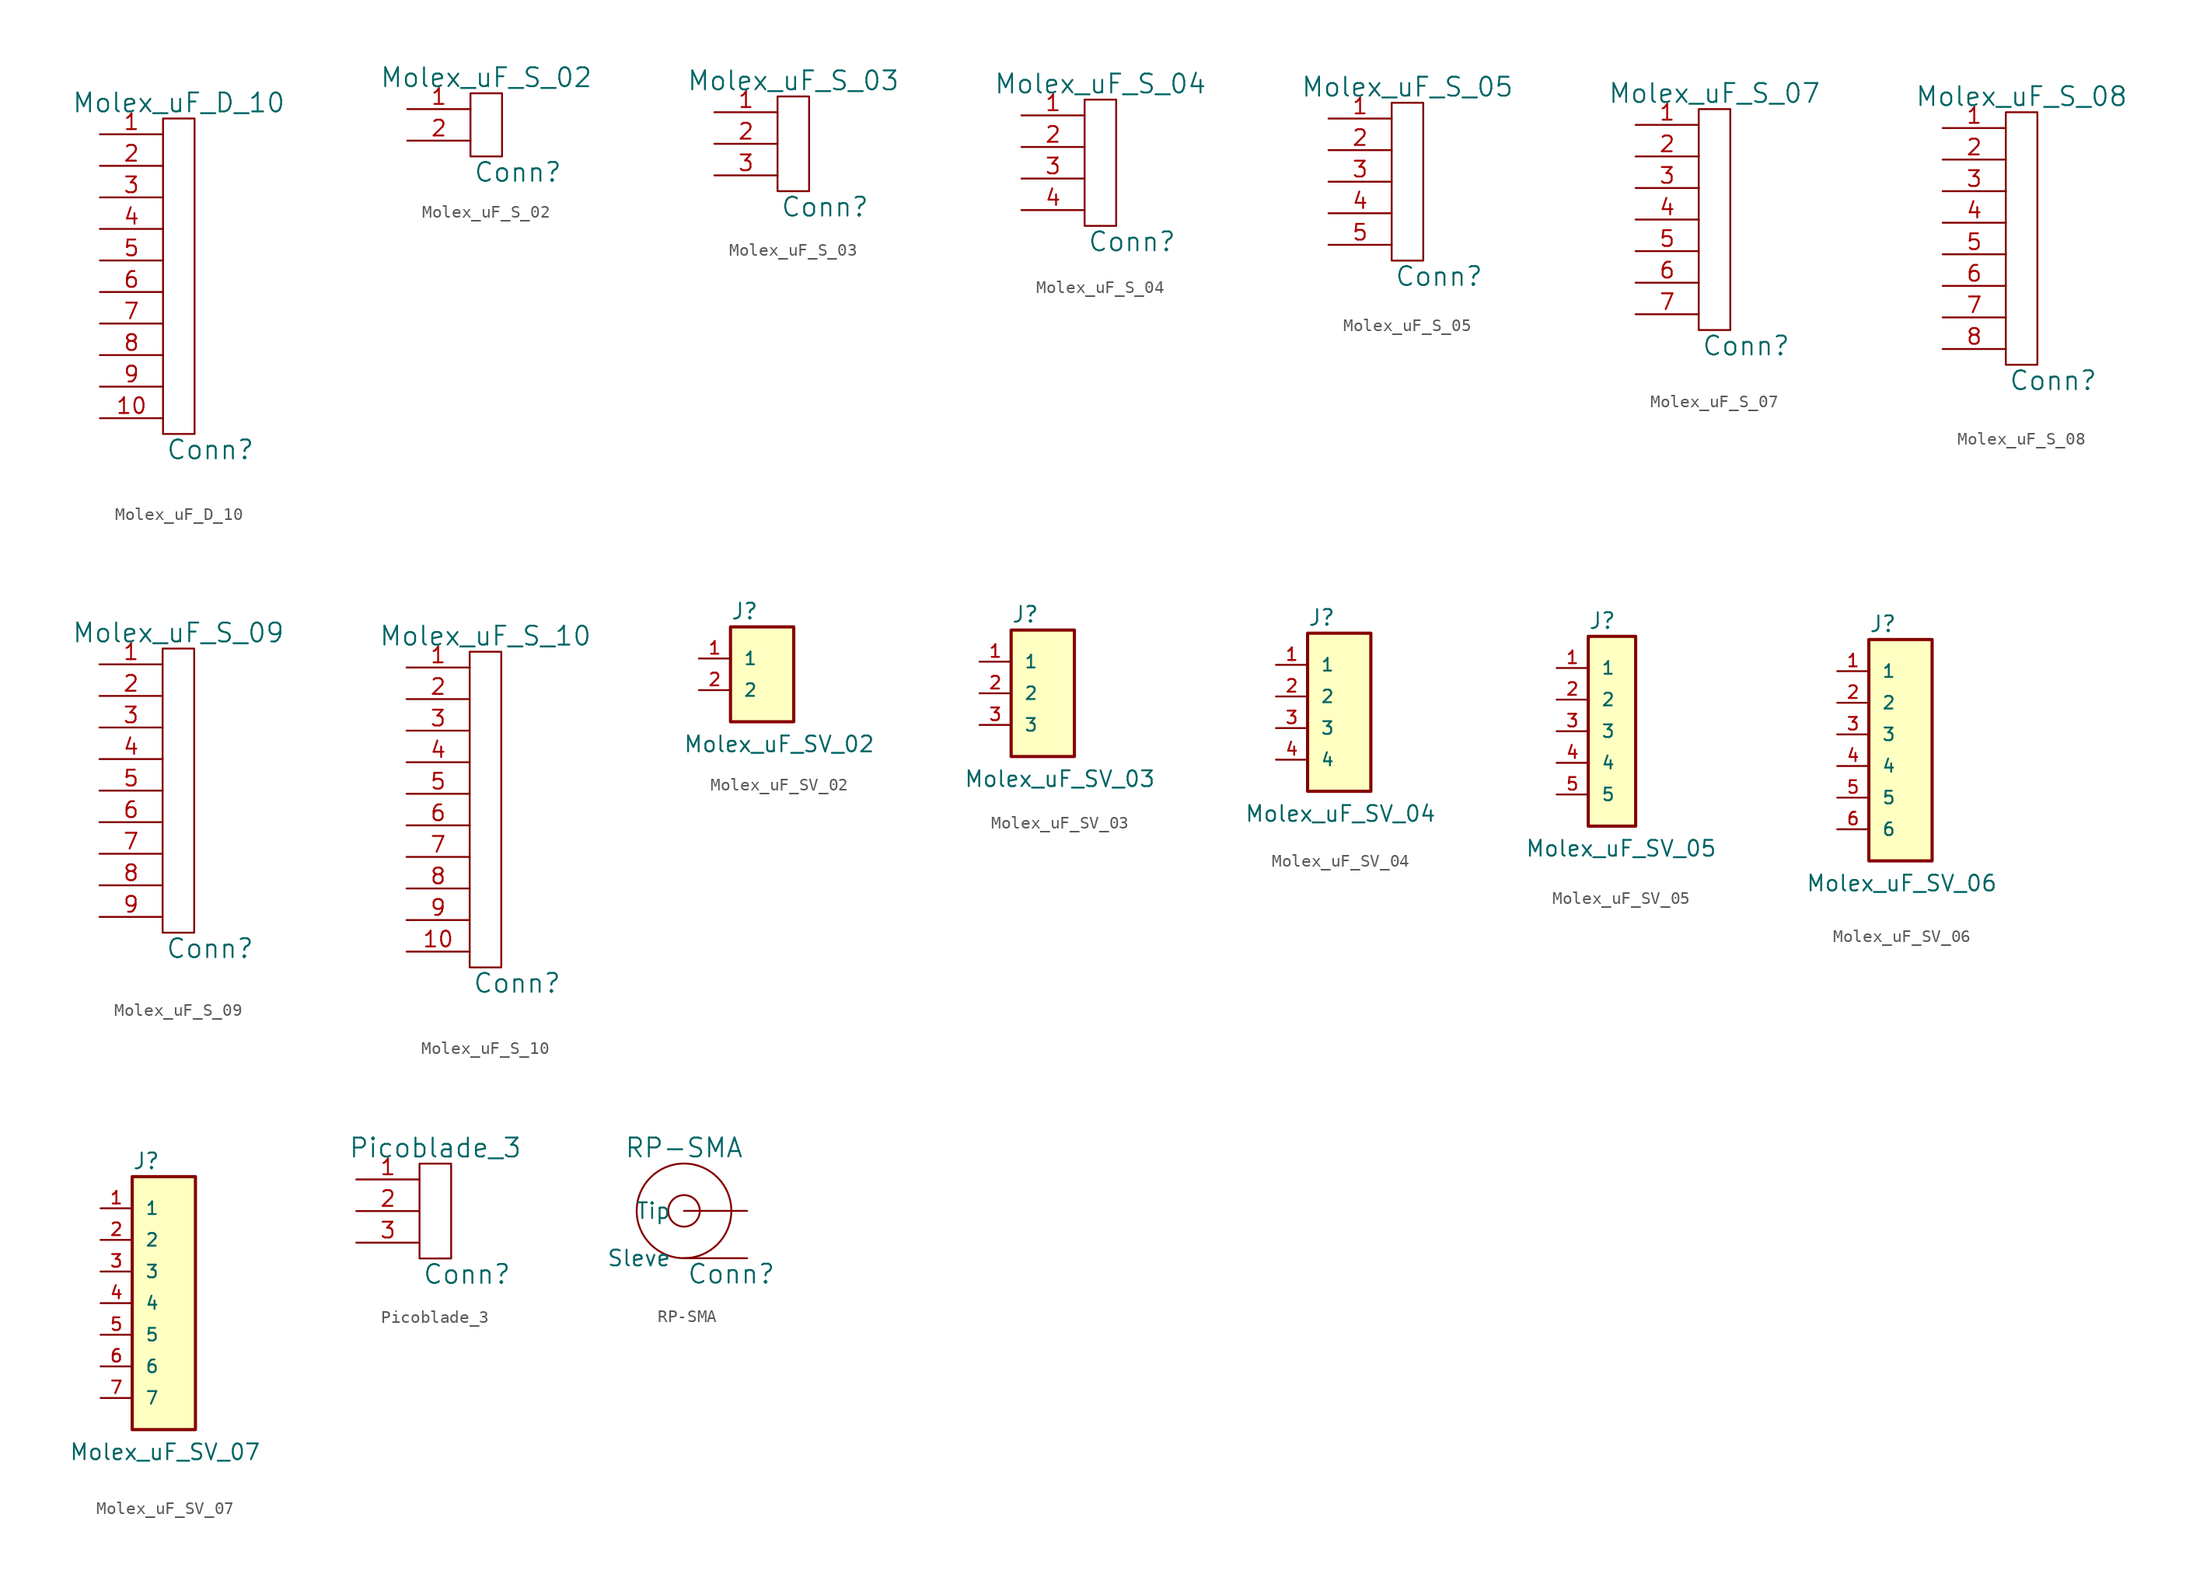
<source format=kicad_sym>
(kicad_symbol_lib
  (version 20231120)
  (generator "kicad_symbol_editor")
  (generator_version "8.0")
  (symbol "Molex_uF_D_10"
    (pin_names
      (offset 1.016))
    (property "Reference" "Conn"
      (at 3.81 -1.27 0)
      (effects (font (size 1.524 1.524))))
    (property "Value" "Molex_uF_D_10"
      (at 1.27 26.67 0)
      (effects (font (size 1.524 1.524))))
    (symbol "Molex_uF_D_10_0_1"
      (rectangle (start 0 25.4) (end 2.54 0) (stroke (width 0) (type default)) (fill (type none))))
    (symbol "Molex_uF_D_10_1_1"
      (pin input line (at -5.08 24.13 0) (length 5.08) (name "~" (effects (font (size 1.27 1.27)))) (number "1" (effects (font (size 1.27 1.27)))))
      (pin input line (at -5.08 1.27 0) (length 5.08) (name "~" (effects (font (size 1.27 1.27)))) (number "10" (effects (font (size 1.27 1.27)))))
      (pin input line (at -5.08 21.59 0) (length 5.08) (name "~" (effects (font (size 1.27 1.27)))) (number "2" (effects (font (size 1.27 1.27)))))
      (pin input line (at -5.08 19.05 0) (length 5.08) (name "~" (effects (font (size 1.27 1.27)))) (number "3" (effects (font (size 1.27 1.27)))))
      (pin input line (at -5.08 16.51 0) (length 5.08) (name "~" (effects (font (size 1.27 1.27)))) (number "4" (effects (font (size 1.27 1.27)))))
      (pin input line (at -5.08 13.97 0) (length 5.08) (name "~" (effects (font (size 1.27 1.27)))) (number "5" (effects (font (size 1.27 1.27)))))
      (pin input line (at -5.08 11.43 0) (length 5.08) (name "~" (effects (font (size 1.27 1.27)))) (number "6" (effects (font (size 1.27 1.27)))))
      (pin input line (at -5.08 8.89 0) (length 5.08) (name "~" (effects (font (size 1.27 1.27)))) (number "7" (effects (font (size 1.27 1.27)))))
      (pin input line (at -5.08 6.35 0) (length 5.08) (name "~" (effects (font (size 1.27 1.27)))) (number "8" (effects (font (size 1.27 1.27)))))
      (pin input line (at -5.08 3.81 0) (length 5.08) (name "~" (effects (font (size 1.27 1.27)))) (number "9" (effects (font (size 1.27 1.27)))))))
  (symbol "Molex_uF_S_02"
    (pin_names
      (offset 1.016))
    (property "Reference" "Conn"
      (at 3.81 -1.27 0)
      (effects (font (size 1.524 1.524))))
    (property "Value" "Molex_uF_S_02"
      (at 1.27 6.35 0)
      (effects (font (size 1.524 1.524))))
    (symbol "Molex_uF_S_02_0_1"
      (rectangle (start 0 5.08) (end 2.54 0) (stroke (width 0) (type default)) (fill (type none))))
    (symbol "Molex_uF_S_02_1_1"
      (pin bidirectional line (at -5.08 3.81 0) (length 5.08) (name "~" (effects (font (size 1.27 1.27)))) (number "1" (effects (font (size 1.27 1.27)))))
      (pin bidirectional line (at -5.08 1.27 0) (length 5.08) (name "~" (effects (font (size 1.27 1.27)))) (number "2" (effects (font (size 1.27 1.27)))))))
  (symbol "Molex_uF_S_03"
    (pin_names
      (offset 1.016))
    (property "Reference" "Conn"
      (at 3.81 -1.27 0)
      (effects (font (size 1.524 1.524))))
    (property "Value" "Molex_uF_S_03"
      (at 1.27 8.89 0)
      (effects (font (size 1.524 1.524))))
    (symbol "Molex_uF_S_03_0_1"
      (rectangle (start 0 7.62) (end 2.54 0) (stroke (width 0) (type default)) (fill (type none))))
    (symbol "Molex_uF_S_03_1_1"
      (pin input line (at -5.08 6.35 0) (length 5.08) (name "~" (effects (font (size 1.27 1.27)))) (number "1" (effects (font (size 1.27 1.27)))))
      (pin input line (at -5.08 3.81 0) (length 5.08) (name "~" (effects (font (size 1.27 1.27)))) (number "2" (effects (font (size 1.27 1.27)))))
      (pin input line (at -5.08 1.27 0) (length 5.08) (name "~" (effects (font (size 1.27 1.27)))) (number "3" (effects (font (size 1.27 1.27)))))))
  (symbol "Molex_uF_S_04"
    (pin_names
      (offset 1.016))
    (property "Reference" "Conn"
      (at 3.81 -1.27 0)
      (effects (font (size 1.524 1.524))))
    (property "Value" "Molex_uF_S_04"
      (at 1.27 11.43 0)
      (effects (font (size 1.524 1.524))))
    (symbol "Molex_uF_S_04_0_1"
      (rectangle (start 0 10.16) (end 2.54 0) (stroke (width 0) (type default)) (fill (type none))))
    (symbol "Molex_uF_S_04_1_1"
      (pin input line (at -5.08 8.89 0) (length 5.08) (name "~" (effects (font (size 1.27 1.27)))) (number "1" (effects (font (size 1.27 1.27)))))
      (pin input line (at -5.08 6.35 0) (length 5.08) (name "~" (effects (font (size 1.27 1.27)))) (number "2" (effects (font (size 1.27 1.27)))))
      (pin input line (at -5.08 3.81 0) (length 5.08) (name "~" (effects (font (size 1.27 1.27)))) (number "3" (effects (font (size 1.27 1.27)))))
      (pin input line (at -5.08 1.27 0) (length 5.08) (name "~" (effects (font (size 1.27 1.27)))) (number "4" (effects (font (size 1.27 1.27)))))))
  (symbol "Molex_uF_S_05"
    (pin_names
      (offset 1.016))
    (property "Reference" "Conn"
      (at 3.81 -1.27 0)
      (effects (font (size 1.524 1.524))))
    (property "Value" "Molex_uF_S_05"
      (at 1.27 13.97 0)
      (effects (font (size 1.524 1.524))))
    (symbol "Molex_uF_S_05_0_1"
      (rectangle (start 0 12.7) (end 2.54 0) (stroke (width 0) (type default)) (fill (type none))))
    (symbol "Molex_uF_S_05_1_1"
      (pin input line (at -5.08 11.43 0) (length 5.08) (name "~" (effects (font (size 1.27 1.27)))) (number "1" (effects (font (size 1.27 1.27)))))
      (pin input line (at -5.08 8.89 0) (length 5.08) (name "~" (effects (font (size 1.27 1.27)))) (number "2" (effects (font (size 1.27 1.27)))))
      (pin input line (at -5.08 6.35 0) (length 5.08) (name "~" (effects (font (size 1.27 1.27)))) (number "3" (effects (font (size 1.27 1.27)))))
      (pin input line (at -5.08 3.81 0) (length 5.08) (name "~" (effects (font (size 1.27 1.27)))) (number "4" (effects (font (size 1.27 1.27)))))
      (pin input line (at -5.08 1.27 0) (length 5.08) (name "~" (effects (font (size 1.27 1.27)))) (number "5" (effects (font (size 1.27 1.27)))))))
  (symbol "Molex_uF_S_07"
    (pin_names
      (offset 1.016))
    (property "Reference" "Conn"
      (at 3.81 -1.27 0)
      (effects (font (size 1.524 1.524))))
    (property "Value" "Molex_uF_S_07"
      (at 1.27 19.05 0)
      (effects (font (size 1.524 1.524))))
    (symbol "Molex_uF_S_07_0_1"
      (rectangle (start 0 17.78) (end 2.54 0) (stroke (width 0) (type default)) (fill (type none))))
    (symbol "Molex_uF_S_07_1_1"
      (pin input line (at -5.08 16.51 0) (length 5.08) (name "~" (effects (font (size 1.27 1.27)))) (number "1" (effects (font (size 1.27 1.27)))))
      (pin input line (at -5.08 13.97 0) (length 5.08) (name "~" (effects (font (size 1.27 1.27)))) (number "2" (effects (font (size 1.27 1.27)))))
      (pin input line (at -5.08 11.43 0) (length 5.08) (name "~" (effects (font (size 1.27 1.27)))) (number "3" (effects (font (size 1.27 1.27)))))
      (pin input line (at -5.08 8.89 0) (length 5.08) (name "~" (effects (font (size 1.27 1.27)))) (number "4" (effects (font (size 1.27 1.27)))))
      (pin input line (at -5.08 6.35 0) (length 5.08) (name "~" (effects (font (size 1.27 1.27)))) (number "5" (effects (font (size 1.27 1.27)))))
      (pin input line (at -5.08 3.81 0) (length 5.08) (name "~" (effects (font (size 1.27 1.27)))) (number "6" (effects (font (size 1.27 1.27)))))
      (pin input line (at -5.08 1.27 0) (length 5.08) (name "~" (effects (font (size 1.27 1.27)))) (number "7" (effects (font (size 1.27 1.27)))))))
  (symbol "Molex_uF_S_08"
    (pin_names
      (offset 1.016))
    (property "Reference" "Conn"
      (at 3.81 -1.27 0)
      (effects (font (size 1.524 1.524))))
    (property "Value" "Molex_uF_S_08"
      (at 1.27 21.59 0)
      (effects (font (size 1.524 1.524))))
    (symbol "Molex_uF_S_08_0_1"
      (rectangle (start 0 20.32) (end 2.54 0) (stroke (width 0) (type default)) (fill (type none))))
    (symbol "Molex_uF_S_08_1_1"
      (pin input line (at -5.08 19.05 0) (length 5.08) (name "~" (effects (font (size 1.27 1.27)))) (number "1" (effects (font (size 1.27 1.27)))))
      (pin input line (at -5.08 16.51 0) (length 5.08) (name "~" (effects (font (size 1.27 1.27)))) (number "2" (effects (font (size 1.27 1.27)))))
      (pin input line (at -5.08 13.97 0) (length 5.08) (name "~" (effects (font (size 1.27 1.27)))) (number "3" (effects (font (size 1.27 1.27)))))
      (pin input line (at -5.08 11.43 0) (length 5.08) (name "~" (effects (font (size 1.27 1.27)))) (number "4" (effects (font (size 1.27 1.27)))))
      (pin input line (at -5.08 8.89 0) (length 5.08) (name "~" (effects (font (size 1.27 1.27)))) (number "5" (effects (font (size 1.27 1.27)))))
      (pin input line (at -5.08 6.35 0) (length 5.08) (name "~" (effects (font (size 1.27 1.27)))) (number "6" (effects (font (size 1.27 1.27)))))
      (pin input line (at -5.08 3.81 0) (length 5.08) (name "~" (effects (font (size 1.27 1.27)))) (number "7" (effects (font (size 1.27 1.27)))))
      (pin input line (at -5.08 1.27 0) (length 5.08) (name "~" (effects (font (size 1.27 1.27)))) (number "8" (effects (font (size 1.27 1.27)))))))
  (symbol "Molex_uF_S_09"
    (pin_names
      (offset 1.016))
    (property "Reference" "Conn"
      (at 3.81 -1.27 0)
      (effects (font (size 1.524 1.524))))
    (property "Value" "Molex_uF_S_09"
      (at 1.27 24.13 0)
      (effects (font (size 1.524 1.524))))
    (symbol "Molex_uF_S_09_0_1"
      (rectangle (start 0 22.86) (end 2.54 0) (stroke (width 0) (type default)) (fill (type none))))
    (symbol "Molex_uF_S_09_1_1"
      (pin input line (at -5.08 21.59 0) (length 5.08) (name "~" (effects (font (size 1.27 1.27)))) (number "1" (effects (font (size 1.27 1.27)))))
      (pin input line (at -5.08 19.05 0) (length 5.08) (name "~" (effects (font (size 1.27 1.27)))) (number "2" (effects (font (size 1.27 1.27)))))
      (pin input line (at -5.08 16.51 0) (length 5.08) (name "~" (effects (font (size 1.27 1.27)))) (number "3" (effects (font (size 1.27 1.27)))))
      (pin input line (at -5.08 13.97 0) (length 5.08) (name "~" (effects (font (size 1.27 1.27)))) (number "4" (effects (font (size 1.27 1.27)))))
      (pin input line (at -5.08 11.43 0) (length 5.08) (name "~" (effects (font (size 1.27 1.27)))) (number "5" (effects (font (size 1.27 1.27)))))
      (pin input line (at -5.08 8.89 0) (length 5.08) (name "~" (effects (font (size 1.27 1.27)))) (number "6" (effects (font (size 1.27 1.27)))))
      (pin input line (at -5.08 6.35 0) (length 5.08) (name "~" (effects (font (size 1.27 1.27)))) (number "7" (effects (font (size 1.27 1.27)))))
      (pin input line (at -5.08 3.81 0) (length 5.08) (name "~" (effects (font (size 1.27 1.27)))) (number "8" (effects (font (size 1.27 1.27)))))
      (pin input line (at -5.08 1.27 0) (length 5.08) (name "~" (effects (font (size 1.27 1.27)))) (number "9" (effects (font (size 1.27 1.27)))))))
  (symbol "Molex_uF_S_10"
    (pin_names
      (offset 1.016))
    (property "Reference" "Conn"
      (at 3.81 -1.27 0)
      (effects (font (size 1.524 1.524))))
    (property "Value" "Molex_uF_S_10"
      (at 1.27 26.67 0)
      (effects (font (size 1.524 1.524))))
    (symbol "Molex_uF_S_10_0_1"
      (rectangle (start 0 25.4) (end 2.54 0) (stroke (width 0) (type default)) (fill (type none))))
    (symbol "Molex_uF_S_10_1_1"
      (pin input line (at -5.08 24.13 0) (length 5.08) (name "~" (effects (font (size 1.27 1.27)))) (number "1" (effects (font (size 1.27 1.27)))))
      (pin input line (at -5.08 1.27 0) (length 5.08) (name "~" (effects (font (size 1.27 1.27)))) (number "10" (effects (font (size 1.27 1.27)))))
      (pin input line (at -5.08 21.59 0) (length 5.08) (name "~" (effects (font (size 1.27 1.27)))) (number "2" (effects (font (size 1.27 1.27)))))
      (pin input line (at -5.08 19.05 0) (length 5.08) (name "~" (effects (font (size 1.27 1.27)))) (number "3" (effects (font (size 1.27 1.27)))))
      (pin input line (at -5.08 16.51 0) (length 5.08) (name "~" (effects (font (size 1.27 1.27)))) (number "4" (effects (font (size 1.27 1.27)))))
      (pin input line (at -5.08 13.97 0) (length 5.08) (name "~" (effects (font (size 1.27 1.27)))) (number "5" (effects (font (size 1.27 1.27)))))
      (pin input line (at -5.08 11.43 0) (length 5.08) (name "~" (effects (font (size 1.27 1.27)))) (number "6" (effects (font (size 1.27 1.27)))))
      (pin input line (at -5.08 8.89 0) (length 5.08) (name "~" (effects (font (size 1.27 1.27)))) (number "7" (effects (font (size 1.27 1.27)))))
      (pin input line (at -5.08 6.35 0) (length 5.08) (name "~" (effects (font (size 1.27 1.27)))) (number "8" (effects (font (size 1.27 1.27)))))
      (pin input line (at -5.08 3.81 0) (length 5.08) (name "~" (effects (font (size 1.27 1.27)))) (number "9" (effects (font (size 1.27 1.27)))))))
  (symbol "Molex_uF_SV_02"
    (pin_names
      (offset 1.016))
    (property "Reference" "J"
      (at -2.54 8.128 0)
      (effects (font (size 1.27 1.27)) (justify left bottom)))
    (property "Value" "Molex_uF_SV_02"
      (at -6.35 -2.54 0)
      (effects (font (size 1.27 1.27)) (justify left bottom)))
    (symbol "Molex_uF_SV_02_0_0"
      (rectangle (start -2.54 0) (end 2.54 7.62) (stroke (width 0.254) (type default)) (fill (type background)))
      (pin passive line (at -5.08 5.08 0) (length 2.54) (name "1" (effects (font (size 1.016 1.016)))) (number "1" (effects (font (size 1.016 1.016)))))
      (pin passive line (at -5.08 2.54 0) (length 2.54) (name "2" (effects (font (size 1.016 1.016)))) (number "2" (effects (font (size 1.016 1.016)))))))
  (symbol "Molex_uF_SV_03"
    (pin_names
      (offset 1.016))
    (property "Reference" "J"
      (at -2.54 8.128 0)
      (effects (font (size 1.27 1.27)) (justify left bottom)))
    (property "Value" "Molex_uF_SV_03"
      (at -6.35 -5.08 0)
      (effects (font (size 1.27 1.27)) (justify left bottom)))
    (symbol "Molex_uF_SV_03_0_0"
      (rectangle (start -2.54 -2.54) (end 2.54 7.62) (stroke (width 0.254) (type default)) (fill (type background)))
      (pin passive line (at -5.08 5.08 0) (length 2.54) (name "1" (effects (font (size 1.016 1.016)))) (number "1" (effects (font (size 1.016 1.016)))))
      (pin passive line (at -5.08 2.54 0) (length 2.54) (name "2" (effects (font (size 1.016 1.016)))) (number "2" (effects (font (size 1.016 1.016)))))
      (pin passive line (at -5.08 0 0) (length 2.54) (name "3" (effects (font (size 1.016 1.016)))) (number "3" (effects (font (size 1.016 1.016)))))))
  (symbol "Molex_uF_SV_04"
    (pin_names
      (offset 1.016))
    (property "Reference" "J"
      (at -2.54 8.128 0)
      (effects (font (size 1.27 1.27)) (justify left bottom)))
    (property "Value" "Molex_uF_SV_04"
      (at -7.62 -7.62 0)
      (effects (font (size 1.27 1.27)) (justify left bottom)))
    (symbol "Molex_uF_SV_04_0_0"
      (rectangle (start -2.54 -5.08) (end 2.54 7.62) (stroke (width 0.254) (type default)) (fill (type background)))
      (pin passive line (at -5.08 5.08 0) (length 2.54) (name "1" (effects (font (size 1.016 1.016)))) (number "1" (effects (font (size 1.016 1.016)))))
      (pin passive line (at -5.08 2.54 0) (length 2.54) (name "2" (effects (font (size 1.016 1.016)))) (number "2" (effects (font (size 1.016 1.016)))))
      (pin passive line (at -5.08 0 0) (length 2.54) (name "3" (effects (font (size 1.016 1.016)))) (number "3" (effects (font (size 1.016 1.016)))))
      (pin passive line (at -5.08 -2.54 0) (length 2.54) (name "4" (effects (font (size 1.016 1.016)))) (number "4" (effects (font (size 1.016 1.016)))))))
  (symbol "Molex_uF_SV_05"
    (pin_names
      (offset 1.016))
    (property "Reference" "J"
      (at -2.54 8.128 0)
      (effects (font (size 1.27 1.27)) (justify left bottom)))
    (property "Value" "Molex_uF_SV_05"
      (at -7.62 -10.16 0)
      (effects (font (size 1.27 1.27)) (justify left bottom)))
    (symbol "Molex_uF_SV_05_0_0"
      (rectangle (start -2.54 -7.62) (end 1.27 7.62) (stroke (width 0.254) (type default)) (fill (type background)))
      (pin passive line (at -5.08 5.08 0) (length 2.54) (name "1" (effects (font (size 1.016 1.016)))) (number "1" (effects (font (size 1.016 1.016)))))
      (pin passive line (at -5.08 2.54 0) (length 2.54) (name "2" (effects (font (size 1.016 1.016)))) (number "2" (effects (font (size 1.016 1.016)))))
      (pin passive line (at -5.08 0 0) (length 2.54) (name "3" (effects (font (size 1.016 1.016)))) (number "3" (effects (font (size 1.016 1.016)))))
      (pin passive line (at -5.08 -2.54 0) (length 2.54) (name "4" (effects (font (size 1.016 1.016)))) (number "4" (effects (font (size 1.016 1.016)))))
      (pin passive line (at -5.08 -5.08 0) (length 2.54) (name "5" (effects (font (size 1.016 1.016)))) (number "5" (effects (font (size 1.016 1.016)))))))
  (symbol "Molex_uF_SV_06"
    (pin_names
      (offset 1.016))
    (property "Reference" "J"
      (at -2.54 8.128 0)
      (effects (font (size 1.27 1.27)) (justify left bottom)))
    (property "Value" "Molex_uF_SV_06"
      (at -7.62 -12.7 0)
      (effects (font (size 1.27 1.27)) (justify left bottom)))
    (symbol "Molex_uF_SV_06_0_0"
      (rectangle (start -2.54 -10.16) (end 2.54 7.62) (stroke (width 0.254) (type default)) (fill (type background)))
      (pin passive line (at -5.08 5.08 0) (length 2.54) (name "1" (effects (font (size 1.016 1.016)))) (number "1" (effects (font (size 1.016 1.016)))))
      (pin passive line (at -5.08 2.54 0) (length 2.54) (name "2" (effects (font (size 1.016 1.016)))) (number "2" (effects (font (size 1.016 1.016)))))
      (pin passive line (at -5.08 0 0) (length 2.54) (name "3" (effects (font (size 1.016 1.016)))) (number "3" (effects (font (size 1.016 1.016)))))
      (pin passive line (at -5.08 -2.54 0) (length 2.54) (name "4" (effects (font (size 1.016 1.016)))) (number "4" (effects (font (size 1.016 1.016)))))
      (pin passive line (at -5.08 -5.08 0) (length 2.54) (name "5" (effects (font (size 1.016 1.016)))) (number "5" (effects (font (size 1.016 1.016)))))
      (pin passive line (at -5.08 -7.62 0) (length 2.54) (name "6" (effects (font (size 1.016 1.016)))) (number "6" (effects (font (size 1.016 1.016)))))))
  (symbol "Molex_uF_SV_07"
    (pin_names
      (offset 1.016))
    (property "Reference" "J"
      (at -2.54 8.128 0)
      (effects (font (size 1.27 1.27)) (justify left bottom)))
    (property "Value" "Molex_uF_SV_07"
      (at -7.62 -15.24 0)
      (effects (font (size 1.27 1.27)) (justify left bottom)))
    (symbol "Molex_uF_SV_07_0_0"
      (rectangle (start -2.54 -12.7) (end 2.54 7.62) (stroke (width 0.254) (type default)) (fill (type background)))
      (pin passive line (at -5.08 5.08 0) (length 2.54) (name "1" (effects (font (size 1.016 1.016)))) (number "1" (effects (font (size 1.016 1.016)))))
      (pin passive line (at -5.08 2.54 0) (length 2.54) (name "2" (effects (font (size 1.016 1.016)))) (number "2" (effects (font (size 1.016 1.016)))))
      (pin passive line (at -5.08 0 0) (length 2.54) (name "3" (effects (font (size 1.016 1.016)))) (number "3" (effects (font (size 1.016 1.016)))))
      (pin passive line (at -5.08 -2.54 0) (length 2.54) (name "4" (effects (font (size 1.016 1.016)))) (number "4" (effects (font (size 1.016 1.016)))))
      (pin passive line (at -5.08 -5.08 0) (length 2.54) (name "5" (effects (font (size 1.016 1.016)))) (number "5" (effects (font (size 1.016 1.016)))))
      (pin passive line (at -5.08 -7.62 0) (length 2.54) (name "6" (effects (font (size 1.016 1.016)))) (number "6" (effects (font (size 1.016 1.016))))))
    (symbol "Molex_uF_SV_07_1_1"
      (pin passive line (at -5.08 -10.16 0) (length 2.54) (name "7" (effects (font (size 1.016 1.016)))) (number "7" (effects (font (size 1.016 1.016)))))))
  (symbol "Picoblade_3"
    (pin_names
      (offset 1.016))
    (property "Reference" "Conn"
      (at 3.81 -1.27 0)
      (effects (font (size 1.524 1.524))))
    (property "Value" "Picoblade_3"
      (at 1.27 8.89 0)
      (effects (font (size 1.524 1.524))))
    (symbol "Picoblade_3_0_1"
      (rectangle (start 0 7.62) (end 2.54 0) (stroke (width 0) (type default)) (fill (type none))))
    (symbol "Picoblade_3_1_1"
      (pin input line (at -5.08 6.35 0) (length 5.08) (name "~" (effects (font (size 1.27 1.27)))) (number "1" (effects (font (size 1.27 1.27)))))
      (pin input line (at -5.08 3.81 0) (length 5.08) (name "~" (effects (font (size 1.27 1.27)))) (number "2" (effects (font (size 1.27 1.27)))))
      (pin input line (at -5.08 1.27 0) (length 5.08) (name "~" (effects (font (size 1.27 1.27)))) (number "3" (effects (font (size 1.27 1.27)))))))
  (symbol "RP-SMA"
    (pin_numbers hide)
    (pin_names
      (offset 1.016))
    (property "Reference" "Conn"
      (at 3.81 -5.08 0)
      (effects (font (size 1.524 1.524))))
    (property "Value" "RP-SMA"
      (at 0 5.08 0)
      (effects (font (size 1.524 1.524))))
    (symbol "RP-SMA_0_1"
      (circle (center 0 0) (radius 1.27) (stroke (width 0) (type default)) (fill (type none)))
      (circle (center 0 0) (radius 3.81) (stroke (width 0) (type default)) (fill (type none))))
    (symbol "RP-SMA_1_1"
      (pin input line (at 5.08 0 180) (length 5.08) (name "Tip" (effects (font (size 1.27 1.27)))) (number "1" (effects (font (size 1.27 1.27)))))
      (pin input line (at 5.08 -3.81 180) (length 5.08) (name "Sleve" (effects (font (size 1.27 1.27)))) (number "2" (effects (font (size 1.27 1.27))))))))
</source>
